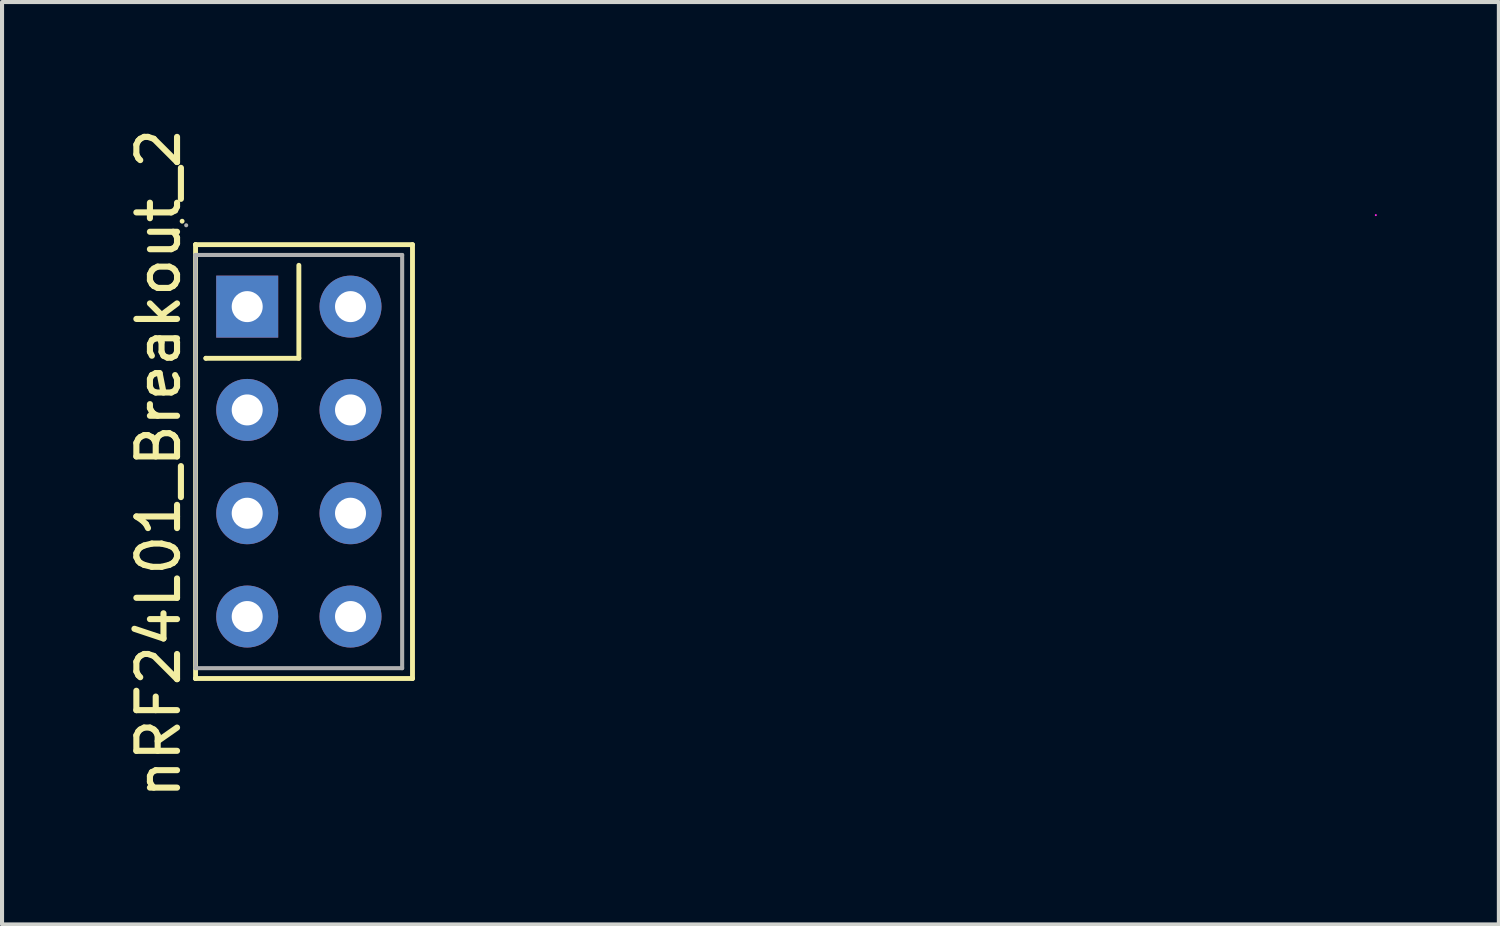
<source format=kicad_pcb>
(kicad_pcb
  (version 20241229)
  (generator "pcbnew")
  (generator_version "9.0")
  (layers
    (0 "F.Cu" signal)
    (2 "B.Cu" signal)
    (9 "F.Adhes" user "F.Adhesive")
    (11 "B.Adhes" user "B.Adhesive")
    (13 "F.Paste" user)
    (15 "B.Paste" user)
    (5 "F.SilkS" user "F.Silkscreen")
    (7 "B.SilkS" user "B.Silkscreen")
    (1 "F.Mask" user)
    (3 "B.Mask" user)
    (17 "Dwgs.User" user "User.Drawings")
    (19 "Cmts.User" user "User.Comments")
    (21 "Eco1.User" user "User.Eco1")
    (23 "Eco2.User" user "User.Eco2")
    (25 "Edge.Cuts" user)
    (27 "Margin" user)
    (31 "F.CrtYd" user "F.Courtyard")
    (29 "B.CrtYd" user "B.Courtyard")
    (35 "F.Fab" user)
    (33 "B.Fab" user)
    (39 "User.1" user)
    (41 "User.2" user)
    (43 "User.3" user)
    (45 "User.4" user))
  (footprint "nRF24L01_Breakout_2"
    (layer "F.Cu")
    (at 3.028 4.489)
    (property "Reference" "nRF24L01_Breakout_2" (at -2.18 3.85 90) (layer "F.SilkS") (effects (font (size 1 1) (thickness 0.15))))
    (attr through_hole)
    (fp_line (start -1.6 -2.1) (end -1.6 -2.1) (stroke (width 0.12) (type solid)) (layer "F.SilkS"))
    (fp_line (start -1.27 -1.524) (end -1.27 -1.524) (stroke (width 0.12) (type solid)) (layer "F.SilkS"))
    (fp_line (start -1.27 -1.524) (end 4.064 -1.524) (stroke (width 0.12) (type solid)) (layer "F.SilkS"))
    (fp_line (start -1.27 9.144) (end -1.27 -1.524) (stroke (width 0.12) (type solid)) (layer "F.SilkS"))
    (fp_line (start -1.27 9.144) (end -1.27 9.144) (stroke (width 0.12) (type solid)) (layer "F.SilkS"))
    (fp_line (start -1.016 1.27) (end -1.016 1.27) (stroke (width 0.12) (type solid)) (layer "F.SilkS"))
    (fp_line (start 1.27 -1.016) (end 1.27 1.27) (stroke (width 0.12) (type solid)) (layer "F.SilkS"))
    (fp_line (start 1.27 1.27) (end -1.016 1.27) (stroke (width 0.12) (type solid)) (layer "F.SilkS"))
    (fp_line (start 4.064 -1.524) (end 4.064 9.144) (stroke (width 0.12) (type solid)) (layer "F.SilkS"))
    (fp_line (start 4.064 9.144) (end -1.27 9.144) (stroke (width 0.12) (type solid)) (layer "F.SilkS"))
    (fp_line (start 27.75 -2.25) (end 27.75 -2.25) (stroke (width 0.05) (type solid)) (layer "F.CrtYd"))
    (fp_line (start -1.5 -2) (end -1.5 -2) (stroke (width 0.1) (type solid)) (layer "F.Fab"))
    (fp_line (start -1.27 -1.27) (end -1.27 -1.27) (stroke (width 0.1) (type solid)) (layer "F.Fab"))
    (fp_line (start -1.27 -1.27) (end 3.81 -1.27) (stroke (width 0.1) (type solid)) (layer "F.Fab"))
    (fp_line (start -1.27 8.89) (end -1.27 -1.27) (stroke (width 0.1) (type solid)) (layer "F.Fab"))
    (fp_line (start 3.81 -1.27) (end 3.81 8.89) (stroke (width 0.1) (type solid)) (layer "F.Fab"))
    (fp_line (start 3.81 8.89) (end -1.27 8.89) (stroke (width 0.1) (type solid)) (layer "F.Fab"))
    (pad "1" thru_hole rect (at 0 0) (size 1.524 1.524) (drill 0.762) (layers "*.Cu" "*.Mask"))
    (pad "2" thru_hole circle (at 2.54 0) (size 1.524 1.524) (drill 0.762) (layers "*.Cu" "*.Mask"))
    (pad "3" thru_hole circle (at 0 2.54) (size 1.524 1.524) (drill 0.762) (layers "*.Cu" "*.Mask"))
    (pad "4" thru_hole circle (at 2.54 2.54) (size 1.524 1.524) (drill 0.762) (layers "*.Cu" "*.Mask"))
    (pad "5" thru_hole circle (at 0 5.08) (size 1.524 1.524) (drill 0.762) (layers "*.Cu" "*.Mask"))
    (pad "6" thru_hole circle (at 2.54 5.08) (size 1.524 1.524) (drill 0.762) (layers "*.Cu" "*.Mask"))
    (pad "7" thru_hole circle (at 0 7.62) (size 1.524 1.524) (drill 0.762) (layers "*.Cu" "*.Mask"))
    (pad "8" thru_hole circle (at 2.54 7.62) (size 1.524 1.524) (drill 0.762) (layers "*.Cu" "*.Mask")))
  (gr_rect
    (start -3 -3)
    (end 33.803 19.679)
    (stroke (width 0.1) (type default))
    (fill no)
    (layer "Edge.Cuts")))
</source>
